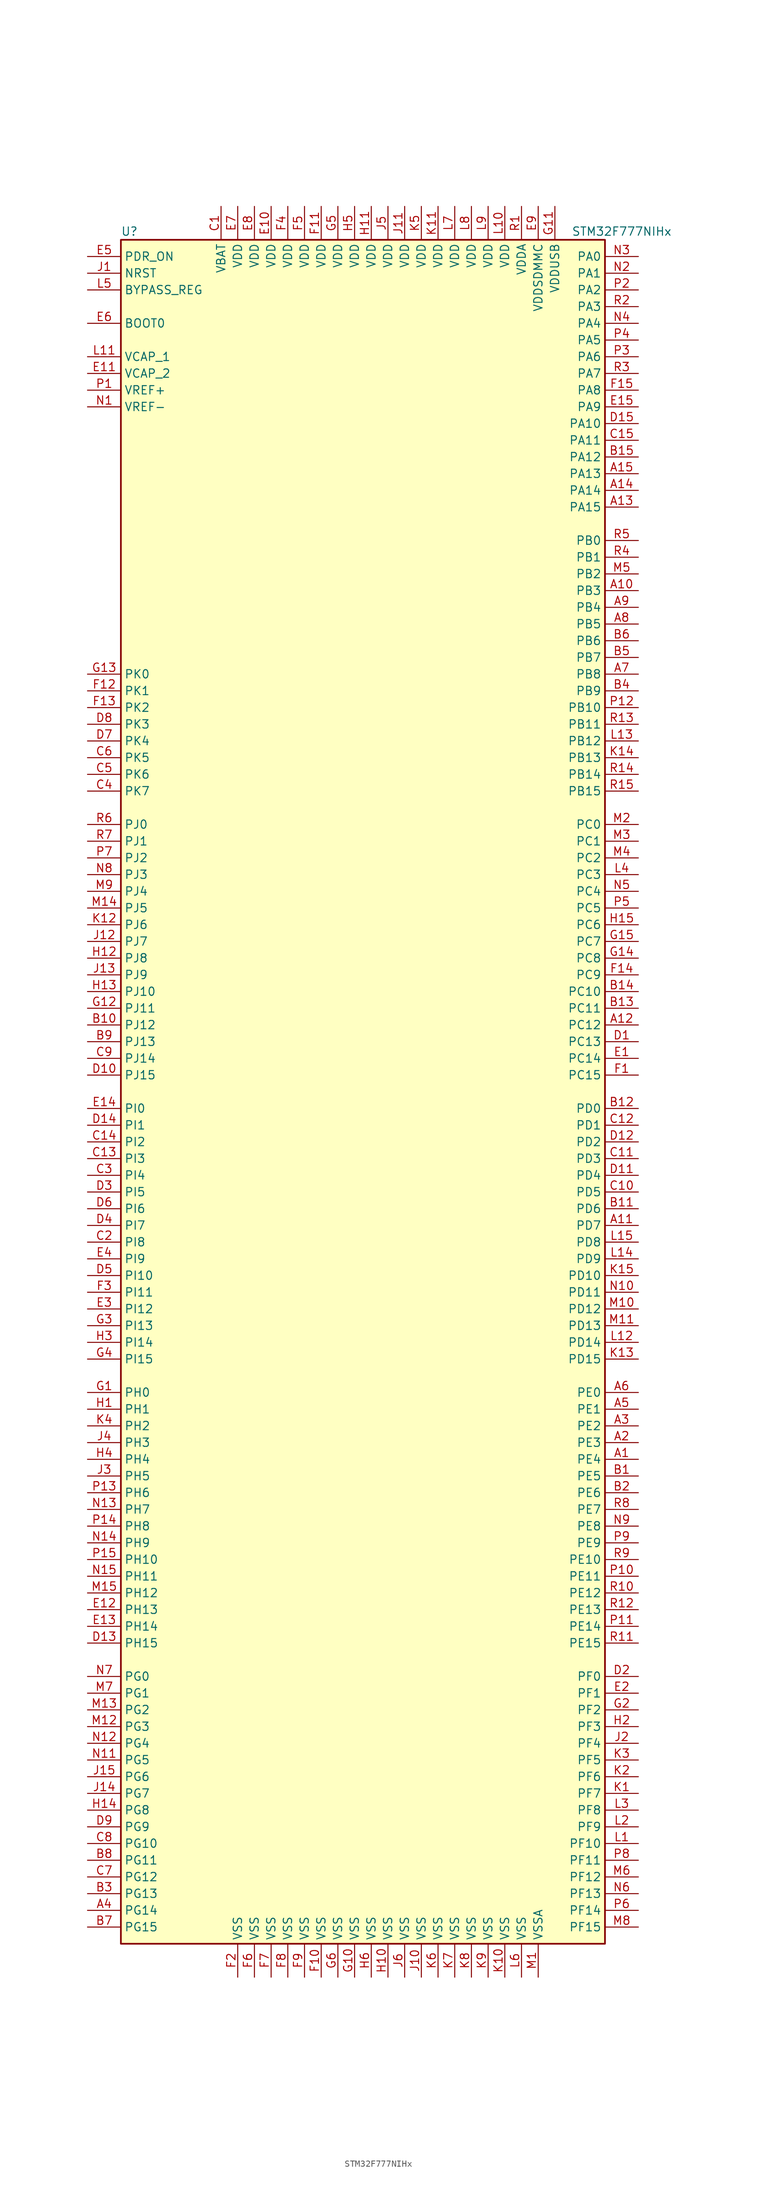
<source format=kicad_sym>
(kicad_symbol_lib
  (version 20220914)
  (generator kicad_symbol_editor)
  (symbol "STM32F777NIHx"
    (property "Reference" "U"
      (at -38.1 130.81 0)
      (effects (font (size 1.27 1.27)) (justify left)))
    (property "Value" "STM32F777NIHx"
      (at 30.48 130.81 0)
      (effects (font (size 1.27 1.27)) (justify left)))
    (symbol "STM32F777NIHx_0_1"
      (rectangle (start -38.1 -129.54) (end 35.56 129.54) (stroke (width 0.254) (type default)) (fill (type background))))
    (symbol "STM32F777NIHx_1_1"
      (pin bidirectional line (at 40.64 -55.88 180) (length 5.08) (name "PE4" (effects (font (size 1.27 1.27)))) (number "A1" (effects (font (size 1.27 1.27)))))
      (pin bidirectional line (at 40.64 76.2 180) (length 5.08) (name "PB3" (effects (font (size 1.27 1.27)))) (number "A10" (effects (font (size 1.27 1.27)))))
      (pin bidirectional line (at 40.64 -20.32 180) (length 5.08) (name "PD7" (effects (font (size 1.27 1.27)))) (number "A11" (effects (font (size 1.27 1.27)))))
      (pin bidirectional line (at 40.64 10.16 180) (length 5.08) (name "PC12" (effects (font (size 1.27 1.27)))) (number "A12" (effects (font (size 1.27 1.27)))))
      (pin bidirectional line (at 40.64 88.9 180) (length 5.08) (name "PA15" (effects (font (size 1.27 1.27)))) (number "A13" (effects (font (size 1.27 1.27)))))
      (pin bidirectional line (at 40.64 91.44 180) (length 5.08) (name "PA14" (effects (font (size 1.27 1.27)))) (number "A14" (effects (font (size 1.27 1.27)))))
      (pin bidirectional line (at 40.64 93.98 180) (length 5.08) (name "PA13" (effects (font (size 1.27 1.27)))) (number "A15" (effects (font (size 1.27 1.27)))))
      (pin bidirectional line (at 40.64 -53.34 180) (length 5.08) (name "PE3" (effects (font (size 1.27 1.27)))) (number "A2" (effects (font (size 1.27 1.27)))))
      (pin bidirectional line (at 40.64 -50.8 180) (length 5.08) (name "PE2" (effects (font (size 1.27 1.27)))) (number "A3" (effects (font (size 1.27 1.27)))))
      (pin bidirectional line (at -43.18 -124.46 0) (length 5.08) (name "PG14" (effects (font (size 1.27 1.27)))) (number "A4" (effects (font (size 1.27 1.27)))))
      (pin bidirectional line (at 40.64 -48.26 180) (length 5.08) (name "PE1" (effects (font (size 1.27 1.27)))) (number "A5" (effects (font (size 1.27 1.27)))))
      (pin bidirectional line (at 40.64 -45.72 180) (length 5.08) (name "PE0" (effects (font (size 1.27 1.27)))) (number "A6" (effects (font (size 1.27 1.27)))))
      (pin bidirectional line (at 40.64 63.5 180) (length 5.08) (name "PB8" (effects (font (size 1.27 1.27)))) (number "A7" (effects (font (size 1.27 1.27)))))
      (pin bidirectional line (at 40.64 71.12 180) (length 5.08) (name "PB5" (effects (font (size 1.27 1.27)))) (number "A8" (effects (font (size 1.27 1.27)))))
      (pin bidirectional line (at 40.64 73.66 180) (length 5.08) (name "PB4" (effects (font (size 1.27 1.27)))) (number "A9" (effects (font (size 1.27 1.27)))))
      (pin bidirectional line (at 40.64 -58.42 180) (length 5.08) (name "PE5" (effects (font (size 1.27 1.27)))) (number "B1" (effects (font (size 1.27 1.27)))))
      (pin bidirectional line (at -43.18 10.16 0) (length 5.08) (name "PJ12" (effects (font (size 1.27 1.27)))) (number "B10" (effects (font (size 1.27 1.27)))))
      (pin bidirectional line (at 40.64 -17.78 180) (length 5.08) (name "PD6" (effects (font (size 1.27 1.27)))) (number "B11" (effects (font (size 1.27 1.27)))))
      (pin bidirectional line (at 40.64 -2.54 180) (length 5.08) (name "PD0" (effects (font (size 1.27 1.27)))) (number "B12" (effects (font (size 1.27 1.27)))))
      (pin bidirectional line (at 40.64 12.7 180) (length 5.08) (name "PC11" (effects (font (size 1.27 1.27)))) (number "B13" (effects (font (size 1.27 1.27)))))
      (pin bidirectional line (at 40.64 15.24 180) (length 5.08) (name "PC10" (effects (font (size 1.27 1.27)))) (number "B14" (effects (font (size 1.27 1.27)))))
      (pin bidirectional line (at 40.64 96.52 180) (length 5.08) (name "PA12" (effects (font (size 1.27 1.27)))) (number "B15" (effects (font (size 1.27 1.27)))))
      (pin bidirectional line (at 40.64 -60.96 180) (length 5.08) (name "PE6" (effects (font (size 1.27 1.27)))) (number "B2" (effects (font (size 1.27 1.27)))))
      (pin bidirectional line (at -43.18 -121.92 0) (length 5.08) (name "PG13" (effects (font (size 1.27 1.27)))) (number "B3" (effects (font (size 1.27 1.27)))))
      (pin bidirectional line (at 40.64 60.96 180) (length 5.08) (name "PB9" (effects (font (size 1.27 1.27)))) (number "B4" (effects (font (size 1.27 1.27)))))
      (pin bidirectional line (at 40.64 66.04 180) (length 5.08) (name "PB7" (effects (font (size 1.27 1.27)))) (number "B5" (effects (font (size 1.27 1.27)))))
      (pin bidirectional line (at 40.64 68.58 180) (length 5.08) (name "PB6" (effects (font (size 1.27 1.27)))) (number "B6" (effects (font (size 1.27 1.27)))))
      (pin bidirectional line (at -43.18 -127 0) (length 5.08) (name "PG15" (effects (font (size 1.27 1.27)))) (number "B7" (effects (font (size 1.27 1.27)))))
      (pin bidirectional line (at -43.18 -116.84 0) (length 5.08) (name "PG11" (effects (font (size 1.27 1.27)))) (number "B8" (effects (font (size 1.27 1.27)))))
      (pin bidirectional line (at -43.18 7.62 0) (length 5.08) (name "PJ13" (effects (font (size 1.27 1.27)))) (number "B9" (effects (font (size 1.27 1.27)))))
      (pin power_in line (at -22.86 134.62 270) (length 5.08) (name "VBAT" (effects (font (size 1.27 1.27)))) (number "C1" (effects (font (size 1.27 1.27)))))
      (pin bidirectional line (at 40.64 -15.24 180) (length 5.08) (name "PD5" (effects (font (size 1.27 1.27)))) (number "C10" (effects (font (size 1.27 1.27)))))
      (pin bidirectional line (at 40.64 -10.16 180) (length 5.08) (name "PD3" (effects (font (size 1.27 1.27)))) (number "C11" (effects (font (size 1.27 1.27)))))
      (pin bidirectional line (at 40.64 -5.08 180) (length 5.08) (name "PD1" (effects (font (size 1.27 1.27)))) (number "C12" (effects (font (size 1.27 1.27)))))
      (pin bidirectional line (at -43.18 -10.16 0) (length 5.08) (name "PI3" (effects (font (size 1.27 1.27)))) (number "C13" (effects (font (size 1.27 1.27)))))
      (pin bidirectional line (at -43.18 -7.62 0) (length 5.08) (name "PI2" (effects (font (size 1.27 1.27)))) (number "C14" (effects (font (size 1.27 1.27)))))
      (pin bidirectional line (at 40.64 99.06 180) (length 5.08) (name "PA11" (effects (font (size 1.27 1.27)))) (number "C15" (effects (font (size 1.27 1.27)))))
      (pin bidirectional line (at -43.18 -22.86 0) (length 5.08) (name "PI8" (effects (font (size 1.27 1.27)))) (number "C2" (effects (font (size 1.27 1.27)))))
      (pin bidirectional line (at -43.18 -12.7 0) (length 5.08) (name "PI4" (effects (font (size 1.27 1.27)))) (number "C3" (effects (font (size 1.27 1.27)))))
      (pin bidirectional line (at -43.18 45.72 0) (length 5.08) (name "PK7" (effects (font (size 1.27 1.27)))) (number "C4" (effects (font (size 1.27 1.27)))))
      (pin bidirectional line (at -43.18 48.26 0) (length 5.08) (name "PK6" (effects (font (size 1.27 1.27)))) (number "C5" (effects (font (size 1.27 1.27)))))
      (pin bidirectional line (at -43.18 50.8 0) (length 5.08) (name "PK5" (effects (font (size 1.27 1.27)))) (number "C6" (effects (font (size 1.27 1.27)))))
      (pin bidirectional line (at -43.18 -119.38 0) (length 5.08) (name "PG12" (effects (font (size 1.27 1.27)))) (number "C7" (effects (font (size 1.27 1.27)))))
      (pin bidirectional line (at -43.18 -114.3 0) (length 5.08) (name "PG10" (effects (font (size 1.27 1.27)))) (number "C8" (effects (font (size 1.27 1.27)))))
      (pin bidirectional line (at -43.18 5.08 0) (length 5.08) (name "PJ14" (effects (font (size 1.27 1.27)))) (number "C9" (effects (font (size 1.27 1.27)))))
      (pin bidirectional line (at 40.64 7.62 180) (length 5.08) (name "PC13" (effects (font (size 1.27 1.27)))) (number "D1" (effects (font (size 1.27 1.27)))))
      (pin bidirectional line (at -43.18 2.54 0) (length 5.08) (name "PJ15" (effects (font (size 1.27 1.27)))) (number "D10" (effects (font (size 1.27 1.27)))))
      (pin bidirectional line (at 40.64 -12.7 180) (length 5.08) (name "PD4" (effects (font (size 1.27 1.27)))) (number "D11" (effects (font (size 1.27 1.27)))))
      (pin bidirectional line (at 40.64 -7.62 180) (length 5.08) (name "PD2" (effects (font (size 1.27 1.27)))) (number "D12" (effects (font (size 1.27 1.27)))))
      (pin bidirectional line (at -43.18 -83.82 0) (length 5.08) (name "PH15" (effects (font (size 1.27 1.27)))) (number "D13" (effects (font (size 1.27 1.27)))))
      (pin bidirectional line (at -43.18 -5.08 0) (length 5.08) (name "PI1" (effects (font (size 1.27 1.27)))) (number "D14" (effects (font (size 1.27 1.27)))))
      (pin bidirectional line (at 40.64 101.6 180) (length 5.08) (name "PA10" (effects (font (size 1.27 1.27)))) (number "D15" (effects (font (size 1.27 1.27)))))
      (pin bidirectional line (at 40.64 -88.9 180) (length 5.08) (name "PF0" (effects (font (size 1.27 1.27)))) (number "D2" (effects (font (size 1.27 1.27)))))
      (pin bidirectional line (at -43.18 -15.24 0) (length 5.08) (name "PI5" (effects (font (size 1.27 1.27)))) (number "D3" (effects (font (size 1.27 1.27)))))
      (pin bidirectional line (at -43.18 -20.32 0) (length 5.08) (name "PI7" (effects (font (size 1.27 1.27)))) (number "D4" (effects (font (size 1.27 1.27)))))
      (pin bidirectional line (at -43.18 -27.94 0) (length 5.08) (name "PI10" (effects (font (size 1.27 1.27)))) (number "D5" (effects (font (size 1.27 1.27)))))
      (pin bidirectional line (at -43.18 -17.78 0) (length 5.08) (name "PI6" (effects (font (size 1.27 1.27)))) (number "D6" (effects (font (size 1.27 1.27)))))
      (pin bidirectional line (at -43.18 53.34 0) (length 5.08) (name "PK4" (effects (font (size 1.27 1.27)))) (number "D7" (effects (font (size 1.27 1.27)))))
      (pin bidirectional line (at -43.18 55.88 0) (length 5.08) (name "PK3" (effects (font (size 1.27 1.27)))) (number "D8" (effects (font (size 1.27 1.27)))))
      (pin bidirectional line (at -43.18 -111.76 0) (length 5.08) (name "PG9" (effects (font (size 1.27 1.27)))) (number "D9" (effects (font (size 1.27 1.27)))))
      (pin bidirectional line (at 40.64 5.08 180) (length 5.08) (name "PC14" (effects (font (size 1.27 1.27)))) (number "E1" (effects (font (size 1.27 1.27)))))
      (pin power_in line (at -15.24 134.62 270) (length 5.08) (name "VDD" (effects (font (size 1.27 1.27)))) (number "E10" (effects (font (size 1.27 1.27)))))
      (pin power_in line (at -43.18 109.22 0) (length 5.08) (name "VCAP_2" (effects (font (size 1.27 1.27)))) (number "E11" (effects (font (size 1.27 1.27)))))
      (pin bidirectional line (at -43.18 -78.74 0) (length 5.08) (name "PH13" (effects (font (size 1.27 1.27)))) (number "E12" (effects (font (size 1.27 1.27)))))
      (pin bidirectional line (at -43.18 -81.28 0) (length 5.08) (name "PH14" (effects (font (size 1.27 1.27)))) (number "E13" (effects (font (size 1.27 1.27)))))
      (pin bidirectional line (at -43.18 -2.54 0) (length 5.08) (name "PI0" (effects (font (size 1.27 1.27)))) (number "E14" (effects (font (size 1.27 1.27)))))
      (pin bidirectional line (at 40.64 104.14 180) (length 5.08) (name "PA9" (effects (font (size 1.27 1.27)))) (number "E15" (effects (font (size 1.27 1.27)))))
      (pin bidirectional line (at 40.64 -91.44 180) (length 5.08) (name "PF1" (effects (font (size 1.27 1.27)))) (number "E2" (effects (font (size 1.27 1.27)))))
      (pin bidirectional line (at -43.18 -33.02 0) (length 5.08) (name "PI12" (effects (font (size 1.27 1.27)))) (number "E3" (effects (font (size 1.27 1.27)))))
      (pin bidirectional line (at -43.18 -25.4 0) (length 5.08) (name "PI9" (effects (font (size 1.27 1.27)))) (number "E4" (effects (font (size 1.27 1.27)))))
      (pin input line (at -43.18 127 0) (length 5.08) (name "PDR_ON" (effects (font (size 1.27 1.27)))) (number "E5" (effects (font (size 1.27 1.27)))))
      (pin input line (at -43.18 116.84 0) (length 5.08) (name "BOOT0" (effects (font (size 1.27 1.27)))) (number "E6" (effects (font (size 1.27 1.27)))))
      (pin power_in line (at -20.32 134.62 270) (length 5.08) (name "VDD" (effects (font (size 1.27 1.27)))) (number "E7" (effects (font (size 1.27 1.27)))))
      (pin power_in line (at -17.78 134.62 270) (length 5.08) (name "VDD" (effects (font (size 1.27 1.27)))) (number "E8" (effects (font (size 1.27 1.27)))))
      (pin power_in line (at 25.4 134.62 270) (length 5.08) (name "VDDSDMMC" (effects (font (size 1.27 1.27)))) (number "E9" (effects (font (size 1.27 1.27)))))
      (pin bidirectional line (at 40.64 2.54 180) (length 5.08) (name "PC15" (effects (font (size 1.27 1.27)))) (number "F1" (effects (font (size 1.27 1.27)))))
      (pin power_in line (at -7.62 -134.62 90) (length 5.08) (name "VSS" (effects (font (size 1.27 1.27)))) (number "F10" (effects (font (size 1.27 1.27)))))
      (pin power_in line (at -7.62 134.62 270) (length 5.08) (name "VDD" (effects (font (size 1.27 1.27)))) (number "F11" (effects (font (size 1.27 1.27)))))
      (pin bidirectional line (at -43.18 60.96 0) (length 5.08) (name "PK1" (effects (font (size 1.27 1.27)))) (number "F12" (effects (font (size 1.27 1.27)))))
      (pin bidirectional line (at -43.18 58.42 0) (length 5.08) (name "PK2" (effects (font (size 1.27 1.27)))) (number "F13" (effects (font (size 1.27 1.27)))))
      (pin bidirectional line (at 40.64 17.78 180) (length 5.08) (name "PC9" (effects (font (size 1.27 1.27)))) (number "F14" (effects (font (size 1.27 1.27)))))
      (pin bidirectional line (at 40.64 106.68 180) (length 5.08) (name "PA8" (effects (font (size 1.27 1.27)))) (number "F15" (effects (font (size 1.27 1.27)))))
      (pin power_in line (at -20.32 -134.62 90) (length 5.08) (name "VSS" (effects (font (size 1.27 1.27)))) (number "F2" (effects (font (size 1.27 1.27)))))
      (pin bidirectional line (at -43.18 -30.48 0) (length 5.08) (name "PI11" (effects (font (size 1.27 1.27)))) (number "F3" (effects (font (size 1.27 1.27)))))
      (pin power_in line (at -12.7 134.62 270) (length 5.08) (name "VDD" (effects (font (size 1.27 1.27)))) (number "F4" (effects (font (size 1.27 1.27)))))
      (pin power_in line (at -10.16 134.62 270) (length 5.08) (name "VDD" (effects (font (size 1.27 1.27)))) (number "F5" (effects (font (size 1.27 1.27)))))
      (pin power_in line (at -17.78 -134.62 90) (length 5.08) (name "VSS" (effects (font (size 1.27 1.27)))) (number "F6" (effects (font (size 1.27 1.27)))))
      (pin power_in line (at -15.24 -134.62 90) (length 5.08) (name "VSS" (effects (font (size 1.27 1.27)))) (number "F7" (effects (font (size 1.27 1.27)))))
      (pin power_in line (at -12.7 -134.62 90) (length 5.08) (name "VSS" (effects (font (size 1.27 1.27)))) (number "F8" (effects (font (size 1.27 1.27)))))
      (pin power_in line (at -10.16 -134.62 90) (length 5.08) (name "VSS" (effects (font (size 1.27 1.27)))) (number "F9" (effects (font (size 1.27 1.27)))))
      (pin input line (at -43.18 -45.72 0) (length 5.08) (name "PH0" (effects (font (size 1.27 1.27)))) (number "G1" (effects (font (size 1.27 1.27)))))
      (pin power_in line (at -2.54 -134.62 90) (length 5.08) (name "VSS" (effects (font (size 1.27 1.27)))) (number "G10" (effects (font (size 1.27 1.27)))))
      (pin power_in line (at 27.94 134.62 270) (length 5.08) (name "VDDUSB" (effects (font (size 1.27 1.27)))) (number "G11" (effects (font (size 1.27 1.27)))))
      (pin bidirectional line (at -43.18 12.7 0) (length 5.08) (name "PJ11" (effects (font (size 1.27 1.27)))) (number "G12" (effects (font (size 1.27 1.27)))))
      (pin bidirectional line (at -43.18 63.5 0) (length 5.08) (name "PK0" (effects (font (size 1.27 1.27)))) (number "G13" (effects (font (size 1.27 1.27)))))
      (pin bidirectional line (at 40.64 20.32 180) (length 5.08) (name "PC8" (effects (font (size 1.27 1.27)))) (number "G14" (effects (font (size 1.27 1.27)))))
      (pin bidirectional line (at 40.64 22.86 180) (length 5.08) (name "PC7" (effects (font (size 1.27 1.27)))) (number "G15" (effects (font (size 1.27 1.27)))))
      (pin bidirectional line (at 40.64 -93.98 180) (length 5.08) (name "PF2" (effects (font (size 1.27 1.27)))) (number "G2" (effects (font (size 1.27 1.27)))))
      (pin bidirectional line (at -43.18 -35.56 0) (length 5.08) (name "PI13" (effects (font (size 1.27 1.27)))) (number "G3" (effects (font (size 1.27 1.27)))))
      (pin bidirectional line (at -43.18 -40.64 0) (length 5.08) (name "PI15" (effects (font (size 1.27 1.27)))) (number "G4" (effects (font (size 1.27 1.27)))))
      (pin power_in line (at -5.08 134.62 270) (length 5.08) (name "VDD" (effects (font (size 1.27 1.27)))) (number "G5" (effects (font (size 1.27 1.27)))))
      (pin power_in line (at -5.08 -134.62 90) (length 5.08) (name "VSS" (effects (font (size 1.27 1.27)))) (number "G6" (effects (font (size 1.27 1.27)))))
      (pin input line (at -43.18 -48.26 0) (length 5.08) (name "PH1" (effects (font (size 1.27 1.27)))) (number "H1" (effects (font (size 1.27 1.27)))))
      (pin power_in line (at 2.54 -134.62 90) (length 5.08) (name "VSS" (effects (font (size 1.27 1.27)))) (number "H10" (effects (font (size 1.27 1.27)))))
      (pin power_in line (at 0 134.62 270) (length 5.08) (name "VDD" (effects (font (size 1.27 1.27)))) (number "H11" (effects (font (size 1.27 1.27)))))
      (pin bidirectional line (at -43.18 20.32 0) (length 5.08) (name "PJ8" (effects (font (size 1.27 1.27)))) (number "H12" (effects (font (size 1.27 1.27)))))
      (pin bidirectional line (at -43.18 15.24 0) (length 5.08) (name "PJ10" (effects (font (size 1.27 1.27)))) (number "H13" (effects (font (size 1.27 1.27)))))
      (pin bidirectional line (at -43.18 -109.22 0) (length 5.08) (name "PG8" (effects (font (size 1.27 1.27)))) (number "H14" (effects (font (size 1.27 1.27)))))
      (pin bidirectional line (at 40.64 25.4 180) (length 5.08) (name "PC6" (effects (font (size 1.27 1.27)))) (number "H15" (effects (font (size 1.27 1.27)))))
      (pin bidirectional line (at 40.64 -96.52 180) (length 5.08) (name "PF3" (effects (font (size 1.27 1.27)))) (number "H2" (effects (font (size 1.27 1.27)))))
      (pin bidirectional line (at -43.18 -38.1 0) (length 5.08) (name "PI14" (effects (font (size 1.27 1.27)))) (number "H3" (effects (font (size 1.27 1.27)))))
      (pin bidirectional line (at -43.18 -55.88 0) (length 5.08) (name "PH4" (effects (font (size 1.27 1.27)))) (number "H4" (effects (font (size 1.27 1.27)))))
      (pin power_in line (at -2.54 134.62 270) (length 5.08) (name "VDD" (effects (font (size 1.27 1.27)))) (number "H5" (effects (font (size 1.27 1.27)))))
      (pin power_in line (at 0 -134.62 90) (length 5.08) (name "VSS" (effects (font (size 1.27 1.27)))) (number "H6" (effects (font (size 1.27 1.27)))))
      (pin input line (at -43.18 124.46 0) (length 5.08) (name "NRST" (effects (font (size 1.27 1.27)))) (number "J1" (effects (font (size 1.27 1.27)))))
      (pin power_in line (at 7.62 -134.62 90) (length 5.08) (name "VSS" (effects (font (size 1.27 1.27)))) (number "J10" (effects (font (size 1.27 1.27)))))
      (pin power_in line (at 5.08 134.62 270) (length 5.08) (name "VDD" (effects (font (size 1.27 1.27)))) (number "J11" (effects (font (size 1.27 1.27)))))
      (pin bidirectional line (at -43.18 22.86 0) (length 5.08) (name "PJ7" (effects (font (size 1.27 1.27)))) (number "J12" (effects (font (size 1.27 1.27)))))
      (pin bidirectional line (at -43.18 17.78 0) (length 5.08) (name "PJ9" (effects (font (size 1.27 1.27)))) (number "J13" (effects (font (size 1.27 1.27)))))
      (pin bidirectional line (at -43.18 -106.68 0) (length 5.08) (name "PG7" (effects (font (size 1.27 1.27)))) (number "J14" (effects (font (size 1.27 1.27)))))
      (pin bidirectional line (at -43.18 -104.14 0) (length 5.08) (name "PG6" (effects (font (size 1.27 1.27)))) (number "J15" (effects (font (size 1.27 1.27)))))
      (pin bidirectional line (at 40.64 -99.06 180) (length 5.08) (name "PF4" (effects (font (size 1.27 1.27)))) (number "J2" (effects (font (size 1.27 1.27)))))
      (pin bidirectional line (at -43.18 -58.42 0) (length 5.08) (name "PH5" (effects (font (size 1.27 1.27)))) (number "J3" (effects (font (size 1.27 1.27)))))
      (pin bidirectional line (at -43.18 -53.34 0) (length 5.08) (name "PH3" (effects (font (size 1.27 1.27)))) (number "J4" (effects (font (size 1.27 1.27)))))
      (pin power_in line (at 2.54 134.62 270) (length 5.08) (name "VDD" (effects (font (size 1.27 1.27)))) (number "J5" (effects (font (size 1.27 1.27)))))
      (pin power_in line (at 5.08 -134.62 90) (length 5.08) (name "VSS" (effects (font (size 1.27 1.27)))) (number "J6" (effects (font (size 1.27 1.27)))))
      (pin bidirectional line (at 40.64 -106.68 180) (length 5.08) (name "PF7" (effects (font (size 1.27 1.27)))) (number "K1" (effects (font (size 1.27 1.27)))))
      (pin power_in line (at 20.32 -134.62 90) (length 5.08) (name "VSS" (effects (font (size 1.27 1.27)))) (number "K10" (effects (font (size 1.27 1.27)))))
      (pin power_in line (at 10.16 134.62 270) (length 5.08) (name "VDD" (effects (font (size 1.27 1.27)))) (number "K11" (effects (font (size 1.27 1.27)))))
      (pin bidirectional line (at -43.18 25.4 0) (length 5.08) (name "PJ6" (effects (font (size 1.27 1.27)))) (number "K12" (effects (font (size 1.27 1.27)))))
      (pin bidirectional line (at 40.64 -40.64 180) (length 5.08) (name "PD15" (effects (font (size 1.27 1.27)))) (number "K13" (effects (font (size 1.27 1.27)))))
      (pin bidirectional line (at 40.64 50.8 180) (length 5.08) (name "PB13" (effects (font (size 1.27 1.27)))) (number "K14" (effects (font (size 1.27 1.27)))))
      (pin bidirectional line (at 40.64 -27.94 180) (length 5.08) (name "PD10" (effects (font (size 1.27 1.27)))) (number "K15" (effects (font (size 1.27 1.27)))))
      (pin bidirectional line (at 40.64 -104.14 180) (length 5.08) (name "PF6" (effects (font (size 1.27 1.27)))) (number "K2" (effects (font (size 1.27 1.27)))))
      (pin bidirectional line (at 40.64 -101.6 180) (length 5.08) (name "PF5" (effects (font (size 1.27 1.27)))) (number "K3" (effects (font (size 1.27 1.27)))))
      (pin bidirectional line (at -43.18 -50.8 0) (length 5.08) (name "PH2" (effects (font (size 1.27 1.27)))) (number "K4" (effects (font (size 1.27 1.27)))))
      (pin power_in line (at 7.62 134.62 270) (length 5.08) (name "VDD" (effects (font (size 1.27 1.27)))) (number "K5" (effects (font (size 1.27 1.27)))))
      (pin power_in line (at 10.16 -134.62 90) (length 5.08) (name "VSS" (effects (font (size 1.27 1.27)))) (number "K6" (effects (font (size 1.27 1.27)))))
      (pin power_in line (at 12.7 -134.62 90) (length 5.08) (name "VSS" (effects (font (size 1.27 1.27)))) (number "K7" (effects (font (size 1.27 1.27)))))
      (pin power_in line (at 15.24 -134.62 90) (length 5.08) (name "VSS" (effects (font (size 1.27 1.27)))) (number "K8" (effects (font (size 1.27 1.27)))))
      (pin power_in line (at 17.78 -134.62 90) (length 5.08) (name "VSS" (effects (font (size 1.27 1.27)))) (number "K9" (effects (font (size 1.27 1.27)))))
      (pin bidirectional line (at 40.64 -114.3 180) (length 5.08) (name "PF10" (effects (font (size 1.27 1.27)))) (number "L1" (effects (font (size 1.27 1.27)))))
      (pin power_in line (at 20.32 134.62 270) (length 5.08) (name "VDD" (effects (font (size 1.27 1.27)))) (number "L10" (effects (font (size 1.27 1.27)))))
      (pin power_in line (at -43.18 111.76 0) (length 5.08) (name "VCAP_1" (effects (font (size 1.27 1.27)))) (number "L11" (effects (font (size 1.27 1.27)))))
      (pin bidirectional line (at 40.64 -38.1 180) (length 5.08) (name "PD14" (effects (font (size 1.27 1.27)))) (number "L12" (effects (font (size 1.27 1.27)))))
      (pin bidirectional line (at 40.64 53.34 180) (length 5.08) (name "PB12" (effects (font (size 1.27 1.27)))) (number "L13" (effects (font (size 1.27 1.27)))))
      (pin bidirectional line (at 40.64 -25.4 180) (length 5.08) (name "PD9" (effects (font (size 1.27 1.27)))) (number "L14" (effects (font (size 1.27 1.27)))))
      (pin bidirectional line (at 40.64 -22.86 180) (length 5.08) (name "PD8" (effects (font (size 1.27 1.27)))) (number "L15" (effects (font (size 1.27 1.27)))))
      (pin bidirectional line (at 40.64 -111.76 180) (length 5.08) (name "PF9" (effects (font (size 1.27 1.27)))) (number "L2" (effects (font (size 1.27 1.27)))))
      (pin bidirectional line (at 40.64 -109.22 180) (length 5.08) (name "PF8" (effects (font (size 1.27 1.27)))) (number "L3" (effects (font (size 1.27 1.27)))))
      (pin bidirectional line (at 40.64 33.02 180) (length 5.08) (name "PC3" (effects (font (size 1.27 1.27)))) (number "L4" (effects (font (size 1.27 1.27)))))
      (pin input line (at -43.18 121.92 0) (length 5.08) (name "BYPASS_REG" (effects (font (size 1.27 1.27)))) (number "L5" (effects (font (size 1.27 1.27)))))
      (pin power_in line (at 22.86 -134.62 90) (length 5.08) (name "VSS" (effects (font (size 1.27 1.27)))) (number "L6" (effects (font (size 1.27 1.27)))))
      (pin power_in line (at 12.7 134.62 270) (length 5.08) (name "VDD" (effects (font (size 1.27 1.27)))) (number "L7" (effects (font (size 1.27 1.27)))))
      (pin power_in line (at 15.24 134.62 270) (length 5.08) (name "VDD" (effects (font (size 1.27 1.27)))) (number "L8" (effects (font (size 1.27 1.27)))))
      (pin power_in line (at 17.78 134.62 270) (length 5.08) (name "VDD" (effects (font (size 1.27 1.27)))) (number "L9" (effects (font (size 1.27 1.27)))))
      (pin power_in line (at 25.4 -134.62 90) (length 5.08) (name "VSSA" (effects (font (size 1.27 1.27)))) (number "M1" (effects (font (size 1.27 1.27)))))
      (pin bidirectional line (at 40.64 -33.02 180) (length 5.08) (name "PD12" (effects (font (size 1.27 1.27)))) (number "M10" (effects (font (size 1.27 1.27)))))
      (pin bidirectional line (at 40.64 -35.56 180) (length 5.08) (name "PD13" (effects (font (size 1.27 1.27)))) (number "M11" (effects (font (size 1.27 1.27)))))
      (pin bidirectional line (at -43.18 -96.52 0) (length 5.08) (name "PG3" (effects (font (size 1.27 1.27)))) (number "M12" (effects (font (size 1.27 1.27)))))
      (pin bidirectional line (at -43.18 -93.98 0) (length 5.08) (name "PG2" (effects (font (size 1.27 1.27)))) (number "M13" (effects (font (size 1.27 1.27)))))
      (pin bidirectional line (at -43.18 27.94 0) (length 5.08) (name "PJ5" (effects (font (size 1.27 1.27)))) (number "M14" (effects (font (size 1.27 1.27)))))
      (pin bidirectional line (at -43.18 -76.2 0) (length 5.08) (name "PH12" (effects (font (size 1.27 1.27)))) (number "M15" (effects (font (size 1.27 1.27)))))
      (pin bidirectional line (at 40.64 40.64 180) (length 5.08) (name "PC0" (effects (font (size 1.27 1.27)))) (number "M2" (effects (font (size 1.27 1.27)))))
      (pin bidirectional line (at 40.64 38.1 180) (length 5.08) (name "PC1" (effects (font (size 1.27 1.27)))) (number "M3" (effects (font (size 1.27 1.27)))))
      (pin bidirectional line (at 40.64 35.56 180) (length 5.08) (name "PC2" (effects (font (size 1.27 1.27)))) (number "M4" (effects (font (size 1.27 1.27)))))
      (pin bidirectional line (at 40.64 78.74 180) (length 5.08) (name "PB2" (effects (font (size 1.27 1.27)))) (number "M5" (effects (font (size 1.27 1.27)))))
      (pin bidirectional line (at 40.64 -119.38 180) (length 5.08) (name "PF12" (effects (font (size 1.27 1.27)))) (number "M6" (effects (font (size 1.27 1.27)))))
      (pin bidirectional line (at -43.18 -91.44 0) (length 5.08) (name "PG1" (effects (font (size 1.27 1.27)))) (number "M7" (effects (font (size 1.27 1.27)))))
      (pin bidirectional line (at 40.64 -127 180) (length 5.08) (name "PF15" (effects (font (size 1.27 1.27)))) (number "M8" (effects (font (size 1.27 1.27)))))
      (pin bidirectional line (at -43.18 30.48 0) (length 5.08) (name "PJ4" (effects (font (size 1.27 1.27)))) (number "M9" (effects (font (size 1.27 1.27)))))
      (pin power_in line (at -43.18 104.14 0) (length 5.08) (name "VREF-" (effects (font (size 1.27 1.27)))) (number "N1" (effects (font (size 1.27 1.27)))))
      (pin bidirectional line (at 40.64 -30.48 180) (length 5.08) (name "PD11" (effects (font (size 1.27 1.27)))) (number "N10" (effects (font (size 1.27 1.27)))))
      (pin bidirectional line (at -43.18 -101.6 0) (length 5.08) (name "PG5" (effects (font (size 1.27 1.27)))) (number "N11" (effects (font (size 1.27 1.27)))))
      (pin bidirectional line (at -43.18 -99.06 0) (length 5.08) (name "PG4" (effects (font (size 1.27 1.27)))) (number "N12" (effects (font (size 1.27 1.27)))))
      (pin bidirectional line (at -43.18 -63.5 0) (length 5.08) (name "PH7" (effects (font (size 1.27 1.27)))) (number "N13" (effects (font (size 1.27 1.27)))))
      (pin bidirectional line (at -43.18 -68.58 0) (length 5.08) (name "PH9" (effects (font (size 1.27 1.27)))) (number "N14" (effects (font (size 1.27 1.27)))))
      (pin bidirectional line (at -43.18 -73.66 0) (length 5.08) (name "PH11" (effects (font (size 1.27 1.27)))) (number "N15" (effects (font (size 1.27 1.27)))))
      (pin bidirectional line (at 40.64 124.46 180) (length 5.08) (name "PA1" (effects (font (size 1.27 1.27)))) (number "N2" (effects (font (size 1.27 1.27)))))
      (pin bidirectional line (at 40.64 127 180) (length 5.08) (name "PA0" (effects (font (size 1.27 1.27)))) (number "N3" (effects (font (size 1.27 1.27)))))
      (pin bidirectional line (at 40.64 116.84 180) (length 5.08) (name "PA4" (effects (font (size 1.27 1.27)))) (number "N4" (effects (font (size 1.27 1.27)))))
      (pin bidirectional line (at 40.64 30.48 180) (length 5.08) (name "PC4" (effects (font (size 1.27 1.27)))) (number "N5" (effects (font (size 1.27 1.27)))))
      (pin bidirectional line (at 40.64 -121.92 180) (length 5.08) (name "PF13" (effects (font (size 1.27 1.27)))) (number "N6" (effects (font (size 1.27 1.27)))))
      (pin bidirectional line (at -43.18 -88.9 0) (length 5.08) (name "PG0" (effects (font (size 1.27 1.27)))) (number "N7" (effects (font (size 1.27 1.27)))))
      (pin bidirectional line (at -43.18 33.02 0) (length 5.08) (name "PJ3" (effects (font (size 1.27 1.27)))) (number "N8" (effects (font (size 1.27 1.27)))))
      (pin bidirectional line (at 40.64 -66.04 180) (length 5.08) (name "PE8" (effects (font (size 1.27 1.27)))) (number "N9" (effects (font (size 1.27 1.27)))))
      (pin power_in line (at -43.18 106.68 0) (length 5.08) (name "VREF+" (effects (font (size 1.27 1.27)))) (number "P1" (effects (font (size 1.27 1.27)))))
      (pin bidirectional line (at 40.64 -73.66 180) (length 5.08) (name "PE11" (effects (font (size 1.27 1.27)))) (number "P10" (effects (font (size 1.27 1.27)))))
      (pin bidirectional line (at 40.64 -81.28 180) (length 5.08) (name "PE14" (effects (font (size 1.27 1.27)))) (number "P11" (effects (font (size 1.27 1.27)))))
      (pin bidirectional line (at 40.64 58.42 180) (length 5.08) (name "PB10" (effects (font (size 1.27 1.27)))) (number "P12" (effects (font (size 1.27 1.27)))))
      (pin bidirectional line (at -43.18 -60.96 0) (length 5.08) (name "PH6" (effects (font (size 1.27 1.27)))) (number "P13" (effects (font (size 1.27 1.27)))))
      (pin bidirectional line (at -43.18 -66.04 0) (length 5.08) (name "PH8" (effects (font (size 1.27 1.27)))) (number "P14" (effects (font (size 1.27 1.27)))))
      (pin bidirectional line (at -43.18 -71.12 0) (length 5.08) (name "PH10" (effects (font (size 1.27 1.27)))) (number "P15" (effects (font (size 1.27 1.27)))))
      (pin bidirectional line (at 40.64 121.92 180) (length 5.08) (name "PA2" (effects (font (size 1.27 1.27)))) (number "P2" (effects (font (size 1.27 1.27)))))
      (pin bidirectional line (at 40.64 111.76 180) (length 5.08) (name "PA6" (effects (font (size 1.27 1.27)))) (number "P3" (effects (font (size 1.27 1.27)))))
      (pin bidirectional line (at 40.64 114.3 180) (length 5.08) (name "PA5" (effects (font (size 1.27 1.27)))) (number "P4" (effects (font (size 1.27 1.27)))))
      (pin bidirectional line (at 40.64 27.94 180) (length 5.08) (name "PC5" (effects (font (size 1.27 1.27)))) (number "P5" (effects (font (size 1.27 1.27)))))
      (pin bidirectional line (at 40.64 -124.46 180) (length 5.08) (name "PF14" (effects (font (size 1.27 1.27)))) (number "P6" (effects (font (size 1.27 1.27)))))
      (pin bidirectional line (at -43.18 35.56 0) (length 5.08) (name "PJ2" (effects (font (size 1.27 1.27)))) (number "P7" (effects (font (size 1.27 1.27)))))
      (pin bidirectional line (at 40.64 -116.84 180) (length 5.08) (name "PF11" (effects (font (size 1.27 1.27)))) (number "P8" (effects (font (size 1.27 1.27)))))
      (pin bidirectional line (at 40.64 -68.58 180) (length 5.08) (name "PE9" (effects (font (size 1.27 1.27)))) (number "P9" (effects (font (size 1.27 1.27)))))
      (pin power_in line (at 22.86 134.62 270) (length 5.08) (name "VDDA" (effects (font (size 1.27 1.27)))) (number "R1" (effects (font (size 1.27 1.27)))))
      (pin bidirectional line (at 40.64 -76.2 180) (length 5.08) (name "PE12" (effects (font (size 1.27 1.27)))) (number "R10" (effects (font (size 1.27 1.27)))))
      (pin bidirectional line (at 40.64 -83.82 180) (length 5.08) (name "PE15" (effects (font (size 1.27 1.27)))) (number "R11" (effects (font (size 1.27 1.27)))))
      (pin bidirectional line (at 40.64 -78.74 180) (length 5.08) (name "PE13" (effects (font (size 1.27 1.27)))) (number "R12" (effects (font (size 1.27 1.27)))))
      (pin bidirectional line (at 40.64 55.88 180) (length 5.08) (name "PB11" (effects (font (size 1.27 1.27)))) (number "R13" (effects (font (size 1.27 1.27)))))
      (pin bidirectional line (at 40.64 48.26 180) (length 5.08) (name "PB14" (effects (font (size 1.27 1.27)))) (number "R14" (effects (font (size 1.27 1.27)))))
      (pin bidirectional line (at 40.64 45.72 180) (length 5.08) (name "PB15" (effects (font (size 1.27 1.27)))) (number "R15" (effects (font (size 1.27 1.27)))))
      (pin bidirectional line (at 40.64 119.38 180) (length 5.08) (name "PA3" (effects (font (size 1.27 1.27)))) (number "R2" (effects (font (size 1.27 1.27)))))
      (pin bidirectional line (at 40.64 109.22 180) (length 5.08) (name "PA7" (effects (font (size 1.27 1.27)))) (number "R3" (effects (font (size 1.27 1.27)))))
      (pin bidirectional line (at 40.64 81.28 180) (length 5.08) (name "PB1" (effects (font (size 1.27 1.27)))) (number "R4" (effects (font (size 1.27 1.27)))))
      (pin bidirectional line (at 40.64 83.82 180) (length 5.08) (name "PB0" (effects (font (size 1.27 1.27)))) (number "R5" (effects (font (size 1.27 1.27)))))
      (pin bidirectional line (at -43.18 40.64 0) (length 5.08) (name "PJ0" (effects (font (size 1.27 1.27)))) (number "R6" (effects (font (size 1.27 1.27)))))
      (pin bidirectional line (at -43.18 38.1 0) (length 5.08) (name "PJ1" (effects (font (size 1.27 1.27)))) (number "R7" (effects (font (size 1.27 1.27)))))
      (pin bidirectional line (at 40.64 -63.5 180) (length 5.08) (name "PE7" (effects (font (size 1.27 1.27)))) (number "R8" (effects (font (size 1.27 1.27)))))
      (pin bidirectional line (at 40.64 -71.12 180) (length 5.08) (name "PE10" (effects (font (size 1.27 1.27)))) (number "R9" (effects (font (size 1.27 1.27))))))))
</source>
